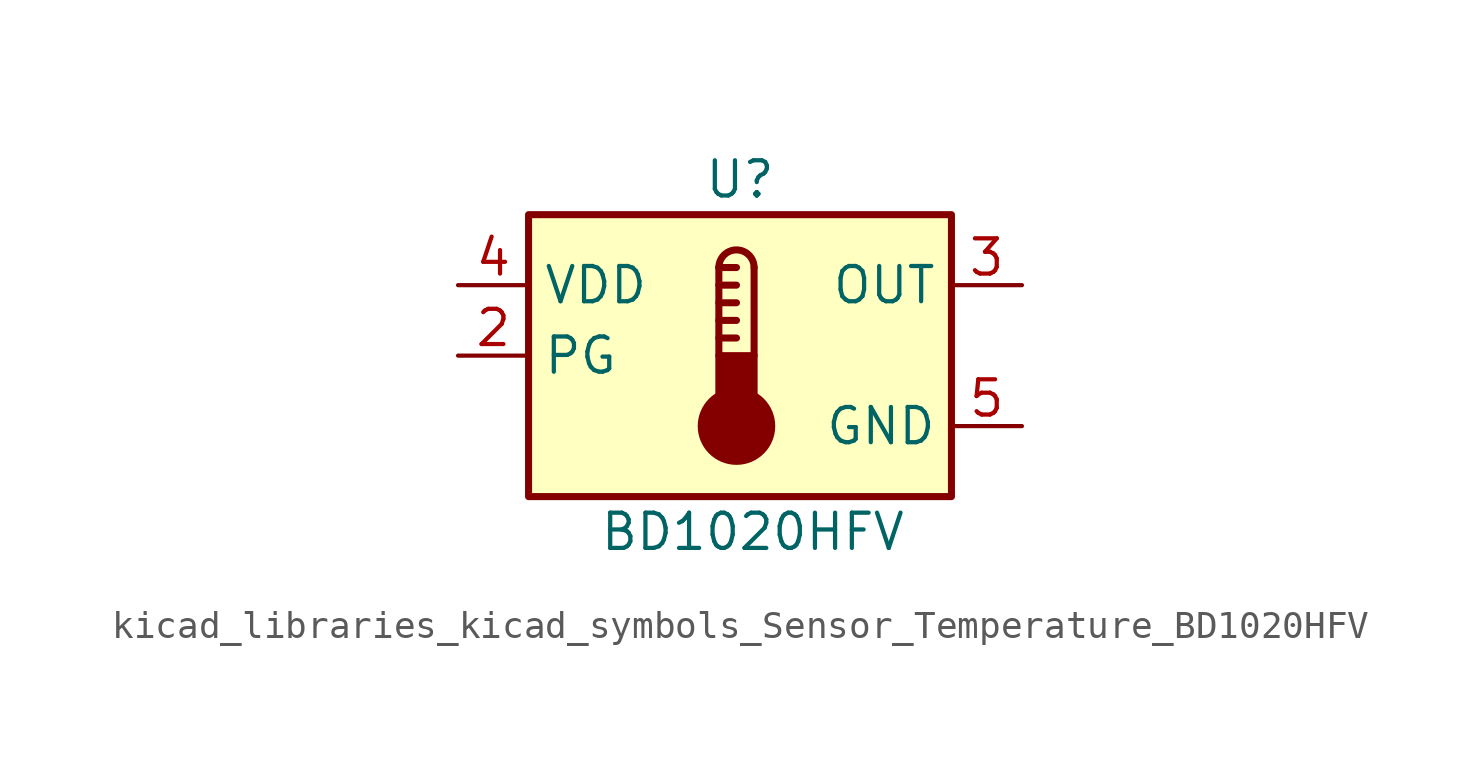
<source format=kicad_sym>
(kicad_symbol_lib
  (version 20220914)
  (generator kicad_symbol_editor)
  (symbol "kicad_libraries_kicad_symbols_Sensor_Temperature_BD1020HFV"
    (property "Reference" "U"
      (at 0 6.35 0)
      (effects (font (size 1.27 1.27))))
    (property "Value" "BD1020HFV"
      (at -5.08 -6.35 0)
      (effects (font (size 1.27 1.27)) (justify left)))
    (symbol "kicad_libraries_kicad_symbols_Sensor_Temperature_BD1020HFV_0_1"
      (rectangle (start -7.62 5.08) (end 7.62 -5.08) (stroke (width 0.254) (type default)) (fill (type background)))
      (circle (center -0.127 -2.54) (radius 1.27) (stroke (width 0.254) (type default)) (fill (type outline)))
      (polyline (pts (xy -0.762 0.635) (xy -0.127 0.635)) (stroke (width 0.254) (type default)) (fill (type none)))
      (polyline (pts (xy -0.762 1.27) (xy -0.127 1.27)) (stroke (width 0.254) (type default)) (fill (type none)))
      (polyline (pts (xy -0.762 1.905) (xy -0.127 1.905)) (stroke (width 0.254) (type default)) (fill (type none)))
      (polyline (pts (xy -0.762 2.54) (xy -0.127 2.54)) (stroke (width 0.254) (type default)) (fill (type none)))
      (polyline (pts (xy -0.762 3.175) (xy -0.762 0)) (stroke (width 0.254) (type default)) (fill (type none)))
      (polyline (pts (xy -0.762 3.175) (xy -0.127 3.175)) (stroke (width 0.254) (type default)) (fill (type none)))
      (polyline (pts (xy 0.508 3.175) (xy 0.508 0)) (stroke (width 0.254) (type default)) (fill (type none)))
      (rectangle (start 0.508 -1.905) (end -0.762 0) (stroke (width 0.254) (type default)) (fill (type outline)))
      (arc (start 0.508 3.175) (mid -0.127 3.8073) (end -0.762 3.175) (stroke (width 0.254) (type default)) (fill (type none))))
    (symbol "kicad_libraries_kicad_symbols_Sensor_Temperature_BD1020HFV_1_1"
      (pin no_connect line (at -7.62 -2.54 0) (length 2.54) hide (name "NC" (effects (font (size 1.27 1.27)))) (number "1" (effects (font (size 1.27 1.27)))))
      (pin passive line (at -10.16 0 0) (length 2.54) (name "PG" (effects (font (size 1.27 1.27)))) (number "2" (effects (font (size 1.27 1.27)))))
      (pin output line (at 10.16 2.54 180) (length 2.54) (name "OUT" (effects (font (size 1.27 1.27)))) (number "3" (effects (font (size 1.27 1.27)))))
      (pin power_in line (at -10.16 2.54 0) (length 2.54) (name "VDD" (effects (font (size 1.27 1.27)))) (number "4" (effects (font (size 1.27 1.27)))))
      (pin power_in line (at 10.16 -2.54 180) (length 2.54) (name "GND" (effects (font (size 1.27 1.27)))) (number "5" (effects (font (size 1.27 1.27))))))))
</source>
